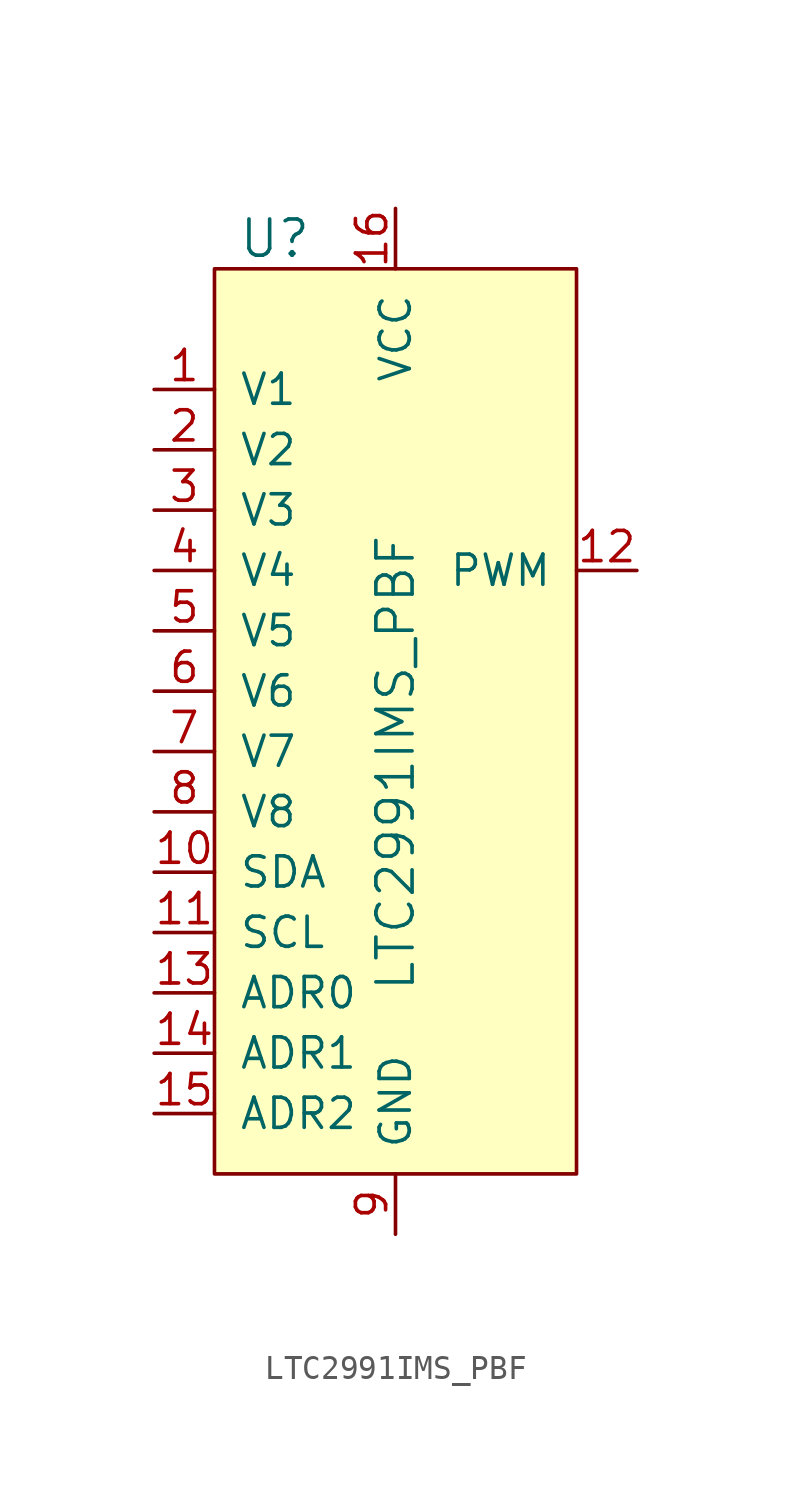
<source format=kicad_sym>
(kicad_symbol_lib
  (version 20201005)
  (generator kicad_symbol_editor)
  (symbol "LTC2991IMS_PBF"
    (pin_names
      (offset 1.016))
    (property "Reference" "U"
      (at -5.08 11.43 0)
      (effects (font (size 1.524 1.524))))
    (property "Value" "LTC2991IMS_PBF"
      (at 0 -20.32 90)
      (effects (font (size 1.524 1.524)) (justify left)))
    (symbol "LTC2991IMS_PBF_0_1"
      (rectangle (start -7.62 10.16) (end 7.62 -27.94) (stroke (width 0)) (fill (type background))))
    (symbol "LTC2991IMS_PBF_1_1"
      (pin input line (at -10.16 5.08 0) (length 2.54) (name "V1" (effects (font (size 1.27 1.27)))) (number "1" (effects (font (size 1.27 1.27)))))
      (pin input line (at -10.16 2.54 0) (length 2.54) (name "V2" (effects (font (size 1.27 1.27)))) (number "2" (effects (font (size 1.27 1.27)))))
      (pin input line (at -10.16 0 0) (length 2.54) (name "V3" (effects (font (size 1.27 1.27)))) (number "3" (effects (font (size 1.27 1.27)))))
      (pin input line (at -10.16 -2.54 0) (length 2.54) (name "V4" (effects (font (size 1.27 1.27)))) (number "4" (effects (font (size 1.27 1.27)))))
      (pin input line (at -10.16 -5.08 0) (length 2.54) (name "V5" (effects (font (size 1.27 1.27)))) (number "5" (effects (font (size 1.27 1.27)))))
      (pin input line (at -10.16 -7.62 0) (length 2.54) (name "V6" (effects (font (size 1.27 1.27)))) (number "6" (effects (font (size 1.27 1.27)))))
      (pin input line (at -10.16 -10.16 0) (length 2.54) (name "V7" (effects (font (size 1.27 1.27)))) (number "7" (effects (font (size 1.27 1.27)))))
      (pin input line (at -10.16 -12.7 0) (length 2.54) (name "V8" (effects (font (size 1.27 1.27)))) (number "8" (effects (font (size 1.27 1.27)))))
      (pin power_in line (at 0 -30.48 90) (length 2.54) (name "GND" (effects (font (size 1.27 1.27)))) (number "9" (effects (font (size 1.27 1.27)))))
      (pin bidirectional line (at -10.16 -15.24 0) (length 2.54) (name "SDA" (effects (font (size 1.27 1.27)))) (number "10" (effects (font (size 1.27 1.27)))))
      (pin input line (at -10.16 -17.78 0) (length 2.54) (name "SCL" (effects (font (size 1.27 1.27)))) (number "11" (effects (font (size 1.27 1.27)))))
      (pin output line (at 10.16 -2.54 180) (length 2.54) (name "PWM" (effects (font (size 1.27 1.27)))) (number "12" (effects (font (size 1.27 1.27)))))
      (pin input line (at -10.16 -20.32 0) (length 2.54) (name "ADR0" (effects (font (size 1.27 1.27)))) (number "13" (effects (font (size 1.27 1.27)))))
      (pin input line (at -10.16 -22.86 0) (length 2.54) (name "ADR1" (effects (font (size 1.27 1.27)))) (number "14" (effects (font (size 1.27 1.27)))))
      (pin input line (at -10.16 -25.4 0) (length 2.54) (name "ADR2" (effects (font (size 1.27 1.27)))) (number "15" (effects (font (size 1.27 1.27)))))
      (pin power_in line (at 0 12.7 270) (length 2.54) (name "VCC" (effects (font (size 1.27 1.27)))) (number "16" (effects (font (size 1.27 1.27))))))))
</source>
